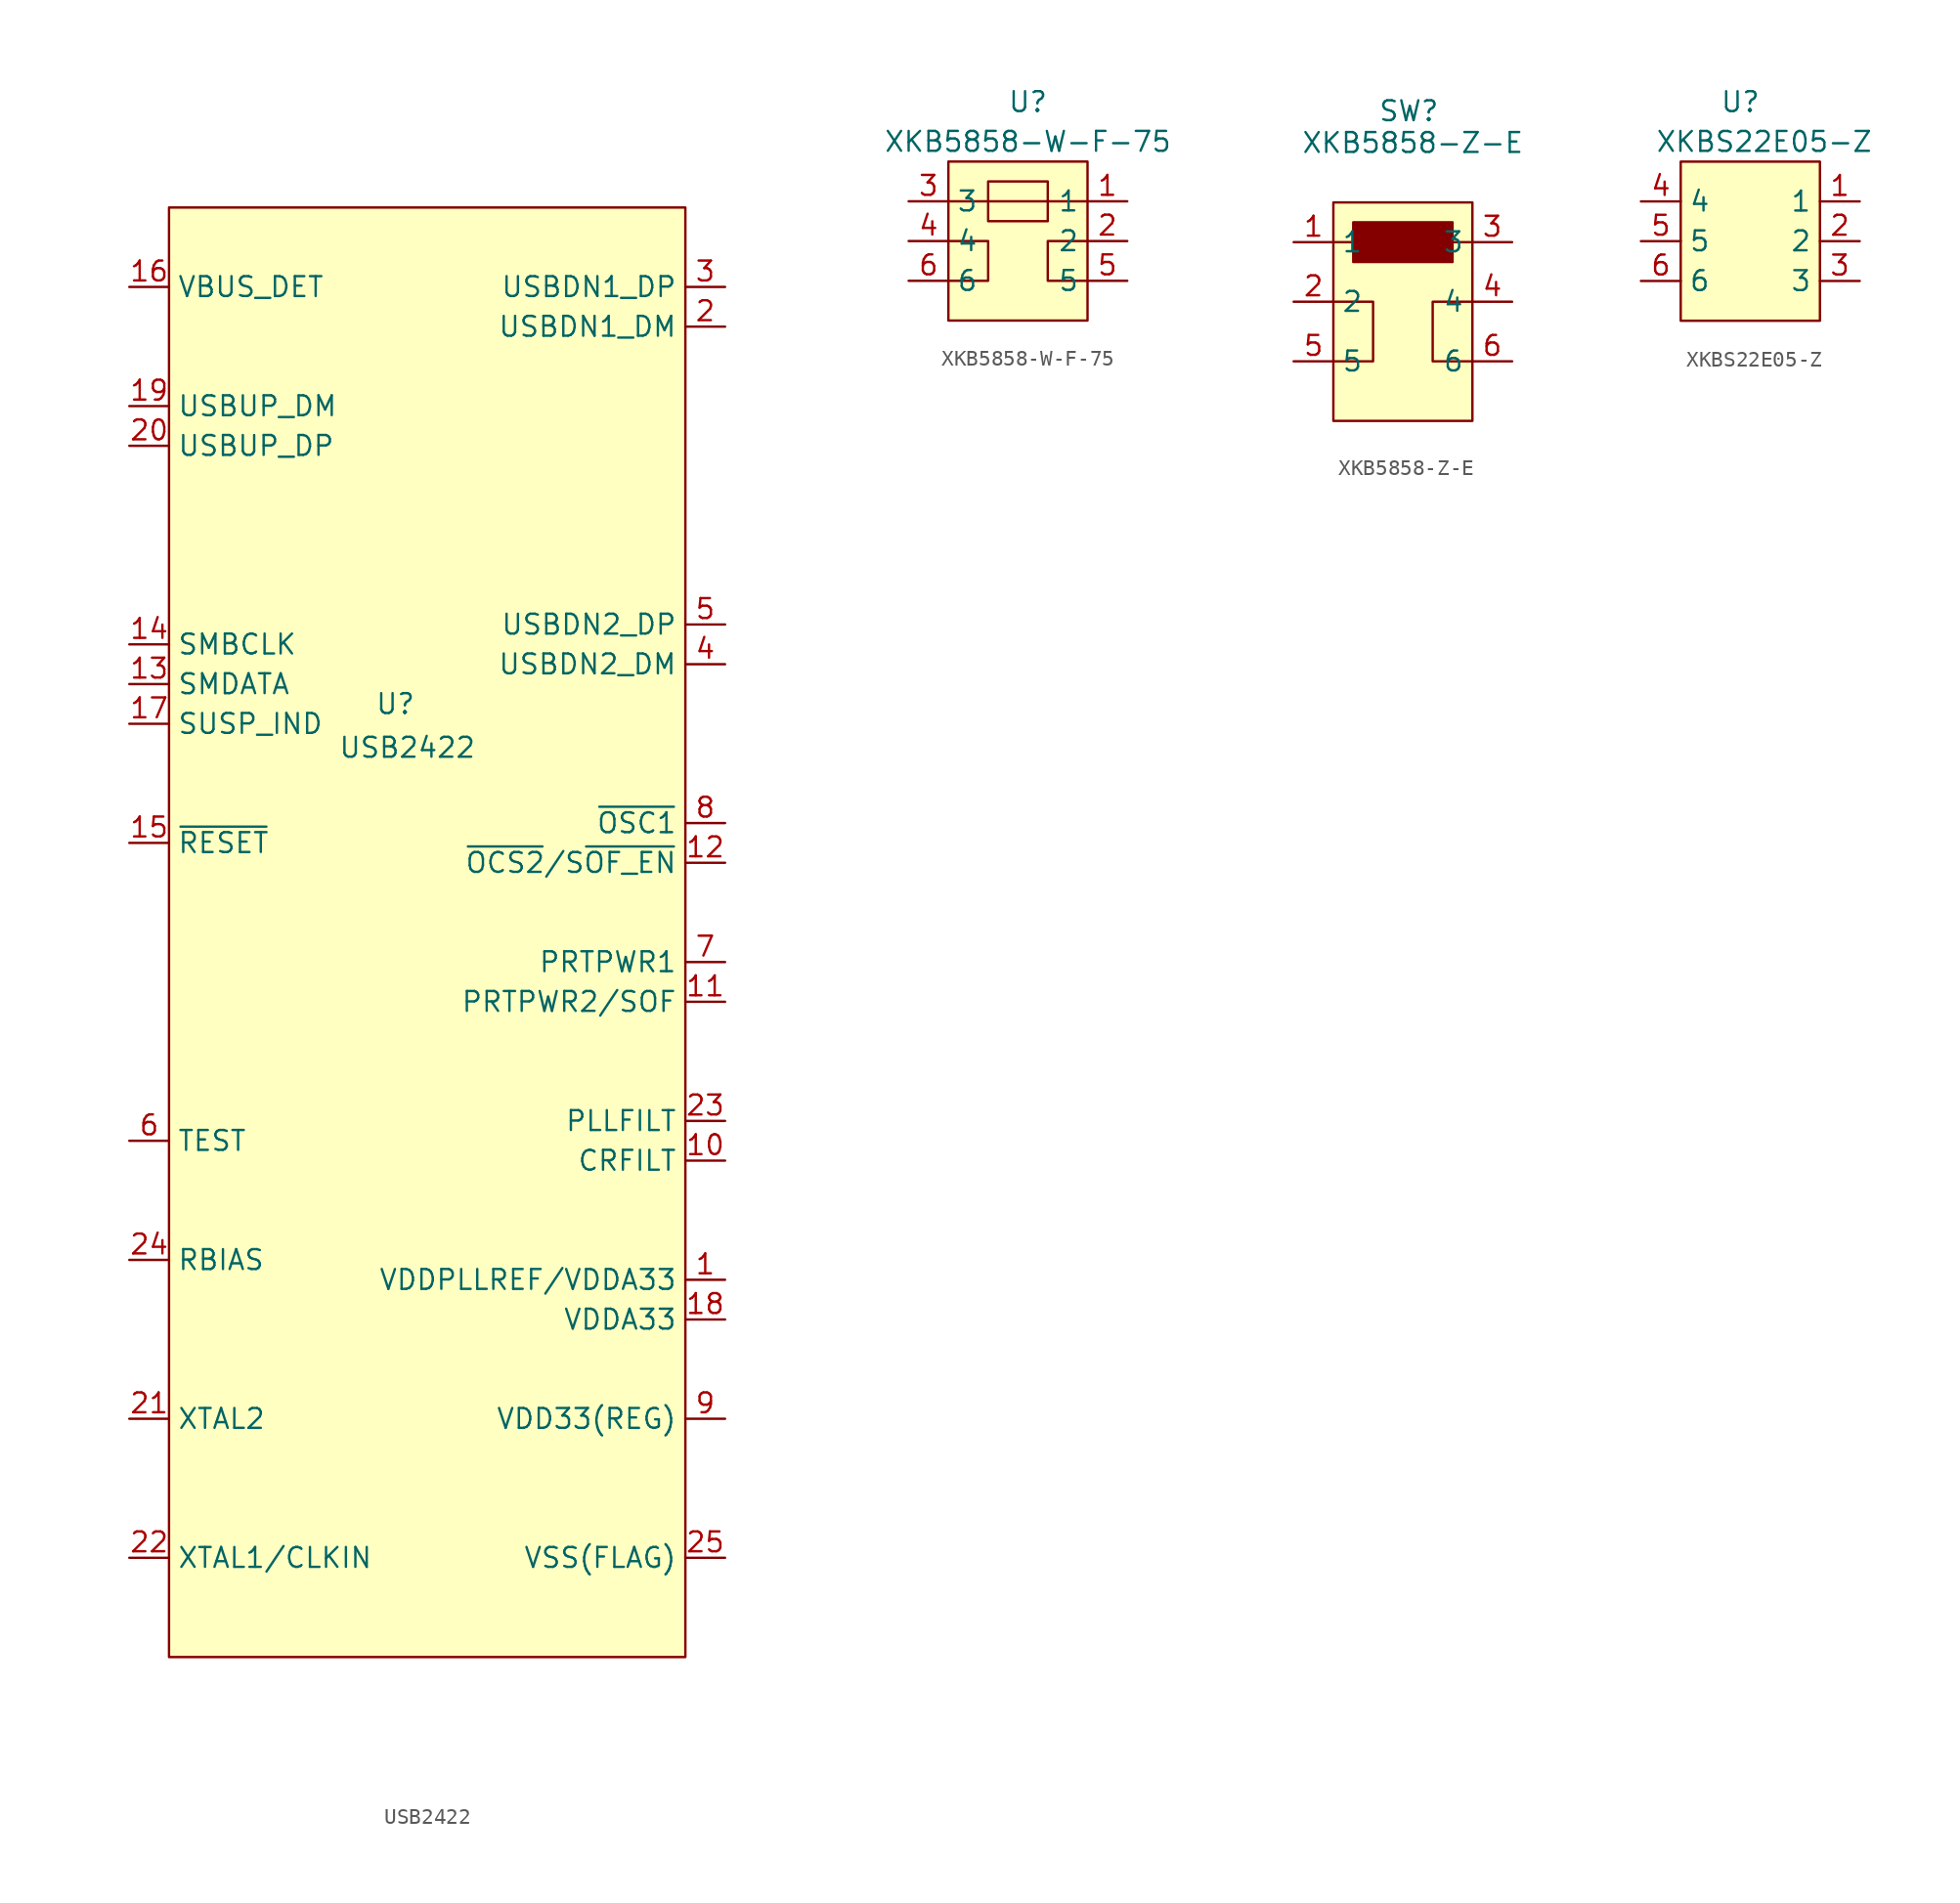
<source format=kicad_sym>
(kicad_symbol_lib
  (version 20241209)
  (generator "kicad_symbol_editor")
  (generator_version "9.0")
  (symbol "USB2422"
    (property "Reference" "U"
      (at 0.508 5.08 0)
      (effects (font (size 1.27 1.27))))
    (property "Value" "USB2422"
      (at 1.27 2.286 0)
      (effects (font (size 1.27 1.27))))
    (symbol "USB2422_1_0"
      (pin bidirectional line (at -16.51 31.75 0) (length 2.54) (name "VBUS_DET" (effects (font (size 1.27 1.27)))) (number "16" (effects (font (size 1.27 1.27)))))
      (pin bidirectional line (at -16.51 24.13 0) (length 2.54) (name "USBUP_DM" (effects (font (size 1.27 1.27)))) (number "19" (effects (font (size 1.27 1.27)))))
      (pin bidirectional line (at -16.51 21.59 0) (length 2.54) (name "USBUP_DP" (effects (font (size 1.27 1.27)))) (number "20" (effects (font (size 1.27 1.27)))))
      (pin bidirectional line (at -16.51 8.89 0) (length 2.54) (name "SMBCLK" (effects (font (size 1.27 1.27)))) (number "14" (effects (font (size 1.27 1.27)))))
      (pin bidirectional line (at -16.51 6.35 0) (length 2.54) (name "SMDATA" (effects (font (size 1.27 1.27)))) (number "13" (effects (font (size 1.27 1.27)))))
      (pin bidirectional line (at -16.51 3.81 0) (length 2.54) (name "SUSP_IND" (effects (font (size 1.27 1.27)))) (number "17" (effects (font (size 1.27 1.27)))))
      (pin bidirectional line (at -16.51 -3.81 0) (length 2.54) (name "~{RESET}" (effects (font (size 1.27 1.27)))) (number "15" (effects (font (size 1.27 1.27)))))
      (pin bidirectional line (at -16.51 -22.86 0) (length 2.54) (name "TEST" (effects (font (size 1.27 1.27)))) (number "6" (effects (font (size 1.27 1.27)))))
      (pin bidirectional line (at -16.51 -30.48 0) (length 2.54) (name "RBIAS" (effects (font (size 1.27 1.27)))) (number "24" (effects (font (size 1.27 1.27)))))
      (pin bidirectional line (at -16.51 -40.64 0) (length 2.54) (name "XTAL2" (effects (font (size 1.27 1.27)))) (number "21" (effects (font (size 1.27 1.27)))))
      (pin bidirectional line (at -16.51 -49.53 0) (length 2.54) (name "XTAL1/CLKIN" (effects (font (size 1.27 1.27)))) (number "22" (effects (font (size 1.27 1.27)))))
      (pin bidirectional line (at 21.59 31.75 180) (length 2.54) (name "USBDN1_DP" (effects (font (size 1.27 1.27)))) (number "3" (effects (font (size 1.27 1.27)))))
      (pin bidirectional line (at 21.59 29.21 180) (length 2.54) (name "USBDN1_DM" (effects (font (size 1.27 1.27)))) (number "2" (effects (font (size 1.27 1.27)))))
      (pin bidirectional line (at 21.59 10.16 180) (length 2.54) (name "USBDN2_DP" (effects (font (size 1.27 1.27)))) (number "5" (effects (font (size 1.27 1.27)))))
      (pin bidirectional line (at 21.59 7.62 180) (length 2.54) (name "USBDN2_DM" (effects (font (size 1.27 1.27)))) (number "4" (effects (font (size 1.27 1.27)))))
      (pin bidirectional line (at 21.59 -2.54 180) (length 2.54) (name "~{OSC1}" (effects (font (size 1.27 1.27)))) (number "8" (effects (font (size 1.27 1.27)))))
      (pin bidirectional line (at 21.59 -5.08 180) (length 2.54) (name "~{OCS2}/S~{OF_EN}" (effects (font (size 1.27 1.27)))) (number "12" (effects (font (size 1.27 1.27)))))
      (pin bidirectional line (at 21.59 -11.43 180) (length 2.54) (name "PRTPWR1" (effects (font (size 1.27 1.27)))) (number "7" (effects (font (size 1.27 1.27)))))
      (pin bidirectional line (at 21.59 -13.97 180) (length 2.54) (name "PRTPWR2/SOF" (effects (font (size 1.27 1.27)))) (number "11" (effects (font (size 1.27 1.27)))))
      (pin bidirectional line (at 21.59 -21.59 180) (length 2.54) (name "PLLFILT" (effects (font (size 1.27 1.27)))) (number "23" (effects (font (size 1.27 1.27)))))
      (pin bidirectional line (at 21.59 -24.13 180) (length 2.54) (name "CRFILT" (effects (font (size 1.27 1.27)))) (number "10" (effects (font (size 1.27 1.27)))))
      (pin bidirectional line (at 21.59 -34.29 180) (length 2.54) (name "VDDA33" (effects (font (size 1.27 1.27)))) (number "18" (effects (font (size 1.27 1.27)))))
      (pin bidirectional line (at 21.59 -40.64 180) (length 2.54) (name "VDD33(REG)" (effects (font (size 1.27 1.27)))) (number "9" (effects (font (size 1.27 1.27)))))
      (pin bidirectional line (at 21.59 -49.53 180) (length 2.54) (name "VSS(FLAG)" (effects (font (size 1.27 1.27)))) (number "25" (effects (font (size 1.27 1.27))))))
    (symbol "USB2422_1_1"
      (rectangle (start -13.97 36.83) (end 19.05 -55.88) (stroke (width 0) (type solid)) (fill (type background)))
      (pin bidirectional line (at 21.59 -31.75 180) (length 2.54) (name "VDDPLLREF/VDDA33" (effects (font (size 1.27 1.27)))) (number "1" (effects (font (size 1.27 1.27)))))))
  (symbol "XKB5858-W-F-75"
    (property "Reference" "U"
      (at 0 0 0)
      (effects (font (size 1.27 1.27))))
    (property "Value" "XKB5858-W-F-75"
      (at 0 -2.54 0)
      (effects (font (size 1.27 1.27))))
    (symbol "XKB5858-W-F-75_0_1"
      (polyline (pts (xy -5.08 -6.35) (xy 3.81 -6.35)) (stroke (width 0) (type default)) (fill (type none)))
      (polyline (pts (xy -5.08 -8.89) (xy -2.54 -8.89) (xy -2.54 -11.43) (xy -5.08 -11.43)) (stroke (width 0) (type default)) (fill (type none)))
      (rectangle (start -2.54 -5.08) (end 1.27 -7.62) (stroke (width 0) (type default)) (fill (type none)))
      (polyline (pts (xy 3.81 -8.89) (xy 1.27 -8.89) (xy 1.27 -11.43) (xy 3.81 -11.43)) (stroke (width 0) (type default)) (fill (type none))))
    (symbol "XKB5858-W-F-75_1_0"
      (pin bidirectional line (at -7.62 -6.35 0) (length 2.54) (name "3" (effects (font (size 1.27 1.27)))) (number "3" (effects (font (size 1.27 1.27)))))
      (pin bidirectional line (at -7.62 -8.89 0) (length 2.54) (name "4" (effects (font (size 1.27 1.27)))) (number "4" (effects (font (size 1.27 1.27)))))
      (pin bidirectional line (at -7.62 -11.43 0) (length 2.54) (name "6" (effects (font (size 1.27 1.27)))) (number "6" (effects (font (size 1.27 1.27)))))
      (pin bidirectional line (at 6.35 -8.89 180) (length 2.54) (name "2" (effects (font (size 1.27 1.27)))) (number "2" (effects (font (size 1.27 1.27)))))
      (pin bidirectional line (at 6.35 -11.43 180) (length 2.54) (name "5" (effects (font (size 1.27 1.27)))) (number "5" (effects (font (size 1.27 1.27))))))
    (symbol "XKB5858-W-F-75_1_1"
      (rectangle (start -5.08 -3.81) (end 3.81 -13.97) (stroke (width 0) (type solid)) (fill (type background)))
      (pin bidirectional line (at 6.35 -6.35 180) (length 2.54) (name "1" (effects (font (size 1.27 1.27)))) (number "1" (effects (font (size 1.27 1.27)))))))
  (symbol "XKB5858-Z-E"
    (property "Reference" "SW"
      (at -0.254 2.032 0)
      (effects (font (size 1.27 1.27))))
    (property "Value" "XKB5858-Z-E"
      (at 0 0 0)
      (effects (font (size 1.27 1.27))))
    (symbol "XKB5858-Z-E_0_1"
      (rectangle (start -5.08 -6.35) (end -3.81 -6.35) (stroke (width 0) (type default)) (fill (type none)))
      (polyline (pts (xy -5.08 -13.97) (xy -2.54 -13.97) (xy -2.54 -10.16) (xy -5.08 -10.16)) (stroke (width 0) (type default)) (fill (type none)))
      (rectangle (start 2.54 -6.35) (end 3.81 -6.35) (stroke (width 0) (type default)) (fill (type none)))
      (polyline (pts (xy 3.81 -10.16) (xy 1.27 -10.16) (xy 1.27 -13.97) (xy 3.81 -13.97)) (stroke (width 0) (type default)) (fill (type none))))
    (symbol "XKB5858-Z-E_1_1"
      (rectangle (start -5.08 -3.81) (end 3.81 -17.78) (stroke (width 0) (type solid)) (fill (type background)))
      (rectangle (start -3.81 -5.08) (end 2.54 -7.62) (stroke (width 0) (type solid)) (fill (type outline)))
      (pin input line (at -7.62 -6.35 0) (length 2.54) (name "1" (effects (font (size 1.27 1.27)))) (number "1" (effects (font (size 1.27 1.27)))))
      (pin input line (at -7.62 -10.16 0) (length 2.54) (name "2" (effects (font (size 1.27 1.27)))) (number "2" (effects (font (size 1.27 1.27)))))
      (pin input line (at -7.62 -13.97 0) (length 2.54) (name "5" (effects (font (size 1.27 1.27)))) (number "5" (effects (font (size 1.27 1.27)))))
      (pin input line (at 6.35 -6.35 180) (length 2.54) (name "3" (effects (font (size 1.27 1.27)))) (number "3" (effects (font (size 1.27 1.27)))))
      (pin input line (at 6.35 -10.16 180) (length 2.54) (name "4" (effects (font (size 1.27 1.27)))) (number "4" (effects (font (size 1.27 1.27)))))
      (pin input line (at 6.35 -13.97 180) (length 2.54) (name "6" (effects (font (size 1.27 1.27)))) (number "6" (effects (font (size 1.27 1.27)))))))
  (symbol "XKBS22E05-Z"
    (property "Reference" "U"
      (at 0 0 0)
      (effects (font (size 1.27 1.27))))
    (property "Value" "XKBS22E05-Z"
      (at 1.524 -2.54 0)
      (effects (font (size 1.27 1.27))))
    (symbol "XKBS22E05-Z_1_0"
      (pin bidirectional line (at -6.35 -6.35 0) (length 2.54) (name "4" (effects (font (size 1.27 1.27)))) (number "4" (effects (font (size 1.27 1.27)))))
      (pin bidirectional line (at -6.35 -8.89 0) (length 2.54) (name "5" (effects (font (size 1.27 1.27)))) (number "5" (effects (font (size 1.27 1.27)))))
      (pin bidirectional line (at -6.35 -11.43 0) (length 2.54) (name "6" (effects (font (size 1.27 1.27)))) (number "6" (effects (font (size 1.27 1.27)))))
      (pin bidirectional line (at 7.62 -8.89 180) (length 2.54) (name "2" (effects (font (size 1.27 1.27)))) (number "2" (effects (font (size 1.27 1.27)))))
      (pin bidirectional line (at 7.62 -11.43 180) (length 2.54) (name "3" (effects (font (size 1.27 1.27)))) (number "3" (effects (font (size 1.27 1.27))))))
    (symbol "XKBS22E05-Z_1_1"
      (rectangle (start -3.81 -3.81) (end 5.08 -13.97) (stroke (width 0) (type solid)) (fill (type background)))
      (pin bidirectional line (at 7.62 -6.35 180) (length 2.54) (name "1" (effects (font (size 1.27 1.27)))) (number "1" (effects (font (size 1.27 1.27))))))))
</source>
